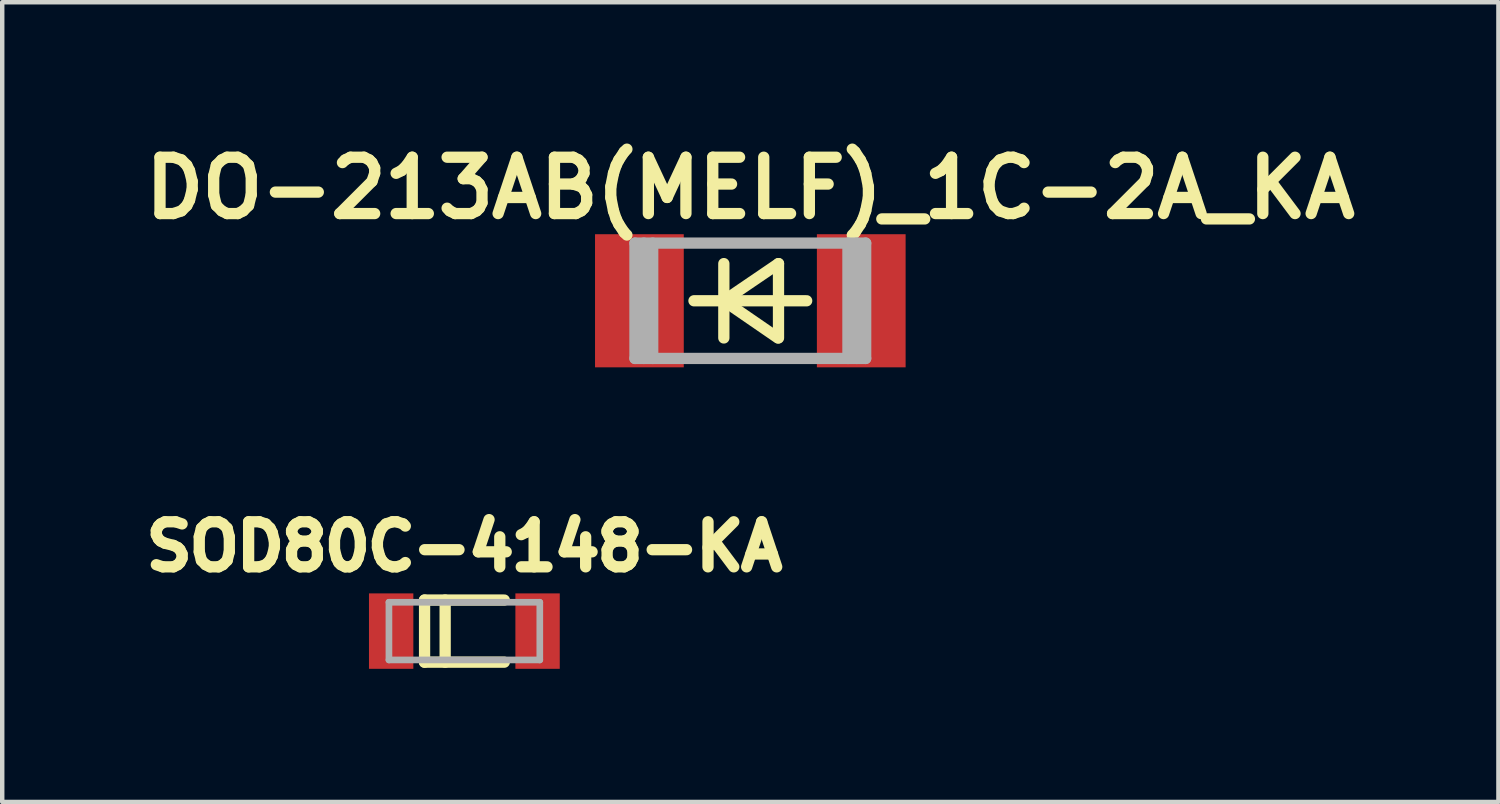
<source format=kicad_pcb>
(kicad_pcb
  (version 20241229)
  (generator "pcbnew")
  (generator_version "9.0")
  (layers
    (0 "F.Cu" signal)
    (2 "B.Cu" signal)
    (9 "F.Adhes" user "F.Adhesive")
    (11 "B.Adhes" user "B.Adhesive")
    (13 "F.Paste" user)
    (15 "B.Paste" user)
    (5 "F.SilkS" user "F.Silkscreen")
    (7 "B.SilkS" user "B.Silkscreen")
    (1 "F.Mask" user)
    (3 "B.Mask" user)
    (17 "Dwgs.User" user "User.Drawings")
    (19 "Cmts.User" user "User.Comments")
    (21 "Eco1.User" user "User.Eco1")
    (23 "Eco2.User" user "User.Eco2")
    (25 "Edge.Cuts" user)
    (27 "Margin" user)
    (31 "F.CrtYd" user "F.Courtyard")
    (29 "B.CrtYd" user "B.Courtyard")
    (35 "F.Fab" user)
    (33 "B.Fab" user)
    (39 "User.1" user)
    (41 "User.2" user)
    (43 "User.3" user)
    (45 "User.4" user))
  (footprint "SOD80C-4148-KA"
    (layer "F.Cu")
    (at 7.416 11.174)
    (property "Reference" "SOD80C-4148-KA" (at 0 -1.905 180) (layer "F.SilkS") (effects (font (size 1.016 1.016) (thickness 0.254))))
    (attr smd)
    (fp_line (start -0.9 0.7) (end 0.9 0.7) (stroke (width 0.254) (type solid)) (layer "F.SilkS"))
    (fp_line (start -0.897 -0.7) (end -0.897 0.7) (stroke (width 0.254) (type solid)) (layer "F.SilkS"))
    (fp_line (start -0.433 -0.7) (end -0.433 0.7) (stroke (width 0.254) (type solid)) (layer "F.SilkS"))
    (fp_line (start 0.9 -0.7) (end -0.9 -0.7) (stroke (width 0.254) (type solid)) (layer "F.SilkS"))
    (fp_line (start -1.7 -0.65) (end 1.7 -0.65) (stroke (width 0.15) (type solid)) (layer "F.Fab"))
    (fp_line (start -1.7 0.65) (end -1.7 -0.65) (stroke (width 0.15) (type solid)) (layer "F.Fab"))
    (fp_line (start 1.7 -0.65) (end 1.7 0.65) (stroke (width 0.15) (type solid)) (layer "F.Fab"))
    (fp_line (start 1.7 0.65) (end -1.7 0.65) (stroke (width 0.15) (type solid)) (layer "F.Fab"))
    (pad "1" smd rect (at -1.65 0) (size 1 1.7) (layers "F.Cu" "F.Mask" "F.Paste"))
    (pad "2" smd rect (at 1.65 0) (size 1 1.7) (layers "F.Cu" "F.Mask" "F.Paste")))
  (footprint "DO-213AB(MELF)_1C-2A_KA"
    (layer "F.Cu")
    (at 13.861 3.729)
    (property "Reference" "DO-213AB(MELF)_1C-2A_KA" (at 0 -2.54 0) (layer "F.SilkS") (effects (font (size 1.27 1.27) (thickness 0.254))))
    (attr smd)
    (fp_line (start -0.597 0) (end 0.635 -0.838) (stroke (width 0.254) (type solid)) (layer "F.SilkS"))
    (fp_line (start -0.597 0.838) (end -0.597 -0.838) (stroke (width 0.254) (type solid)) (layer "F.SilkS"))
    (fp_line (start 0.622 0.838) (end -0.597 0) (stroke (width 0.254) (type solid)) (layer "F.SilkS"))
    (fp_line (start 0.635 0.838) (end 0.635 -0.838) (stroke (width 0.254) (type solid)) (layer "F.SilkS"))
    (fp_line (start 1.27 0) (end -1.27 0) (stroke (width 0.254) (type solid)) (layer "F.SilkS"))
    (fp_line (start -2.6 -1.3) (end 2.6 -1.3) (stroke (width 0.254) (type solid)) (layer "F.Fab"))
    (fp_line (start -2.6 1.3) (end -2.6 -1.3) (stroke (width 0.254) (type solid)) (layer "F.Fab"))
    (fp_line (start -2.4 -1.3) (end -2.4 1.3) (stroke (width 0.254) (type solid)) (layer "F.Fab"))
    (fp_line (start -2.2 -1.3) (end -2.2 1.3) (stroke (width 0.254) (type solid)) (layer "F.Fab"))
    (fp_line (start 2.2 -1.3) (end 2.2 1.3) (stroke (width 0.254) (type solid)) (layer "F.Fab"))
    (fp_line (start 2.4 -1.3) (end 2.4 1.3) (stroke (width 0.254) (type solid)) (layer "F.Fab"))
    (fp_line (start 2.6 -1.3) (end 2.6 1.3) (stroke (width 0.254) (type solid)) (layer "F.Fab"))
    (fp_line (start 2.6 1.3) (end -2.6 1.3) (stroke (width 0.254) (type solid)) (layer "F.Fab"))
    (pad "1" smd rect (at -2.5 0) (size 2 3) (layers "F.Cu" "F.Mask" "F.Paste"))
    (pad "2" smd rect (at 2.5 0) (size 2 3) (layers "F.Cu" "F.Mask" "F.Paste")))
  (gr_rect
    (start -3 -3)
    (end 30.722 15.024)
    (stroke (width 0.1) (type default))
    (fill no)
    (layer "Edge.Cuts")))
</source>
